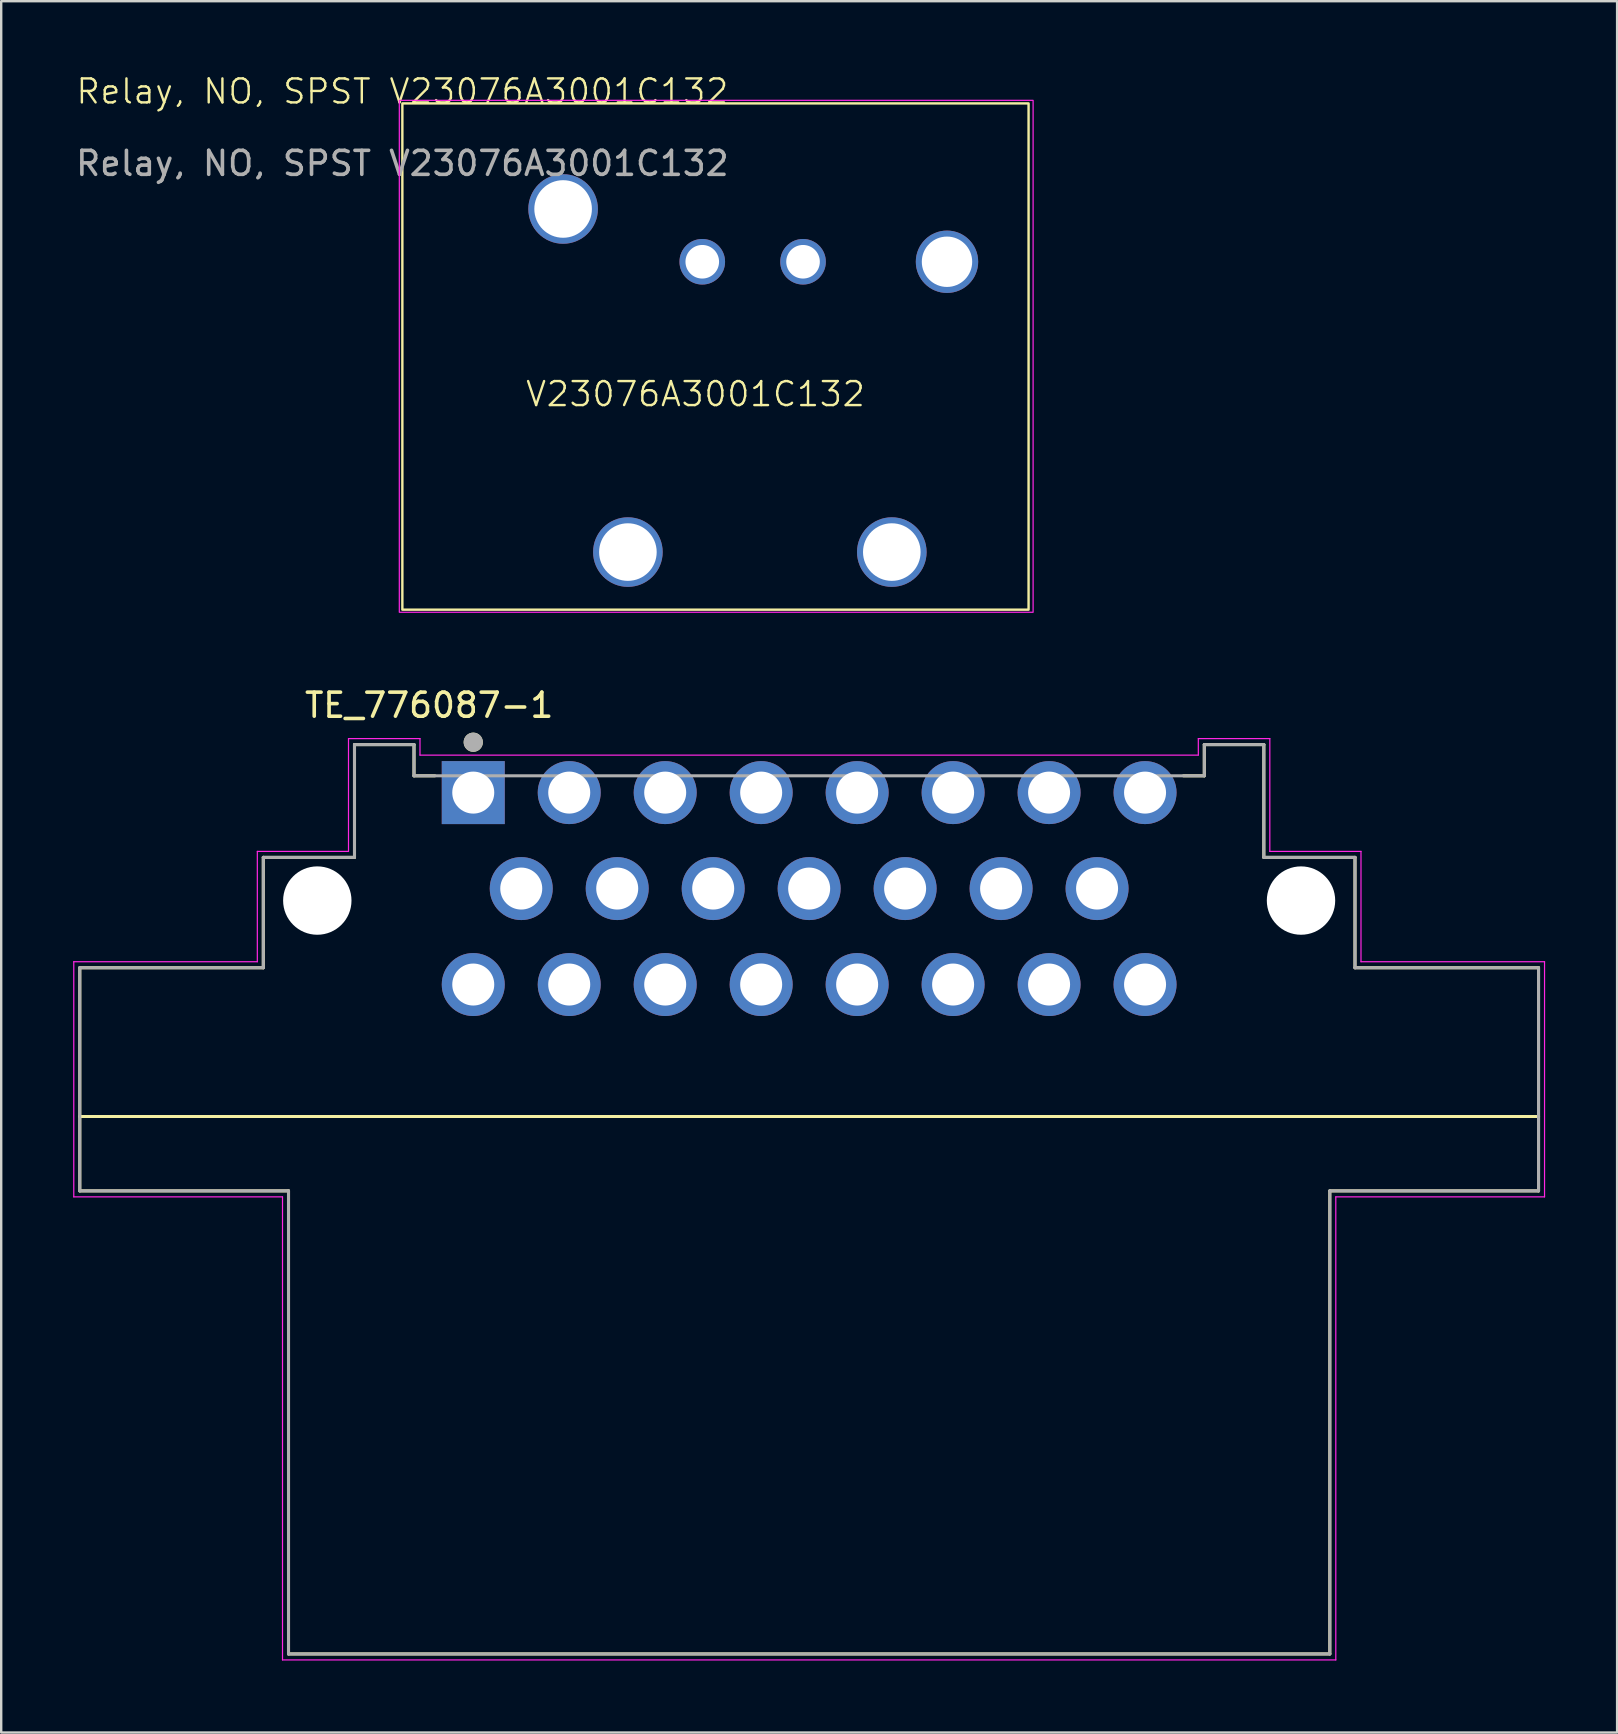
<source format=kicad_pcb>
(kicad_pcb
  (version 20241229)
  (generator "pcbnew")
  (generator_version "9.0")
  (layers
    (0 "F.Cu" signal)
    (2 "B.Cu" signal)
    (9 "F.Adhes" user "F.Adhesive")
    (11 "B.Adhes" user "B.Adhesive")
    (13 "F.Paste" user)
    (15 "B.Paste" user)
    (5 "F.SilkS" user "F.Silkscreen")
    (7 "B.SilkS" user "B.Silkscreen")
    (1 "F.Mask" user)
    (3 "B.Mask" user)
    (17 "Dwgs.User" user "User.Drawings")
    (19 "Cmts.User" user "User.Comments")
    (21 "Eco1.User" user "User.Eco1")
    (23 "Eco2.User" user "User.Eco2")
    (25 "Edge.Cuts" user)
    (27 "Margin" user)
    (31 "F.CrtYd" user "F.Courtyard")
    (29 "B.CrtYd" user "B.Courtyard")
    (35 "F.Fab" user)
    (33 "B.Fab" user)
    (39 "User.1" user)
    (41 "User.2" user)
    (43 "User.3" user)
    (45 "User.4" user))
  (footprint "Relay, NO, SPST V23076A3001C132"
    (layer "F.Cu")
    (at 13.72 1.26)
    (property "Reference" "Relay, NO, SPST V23076A3001C132" (at 0 -0.5 0) (unlocked yes) (layer "F.SilkS") (effects (font (size 1 1) (thickness 0.1))))
    (attr through_hole)
    (fp_rect (start 0 0) (end 26.1 21.1) (stroke (width 0.1) (type default)) (fill no) (layer "F.SilkS"))
    (fp_rect (start -0.127 -0.127) (end 26.289 21.209) (stroke (width 0.05) (type default)) (fill no) (layer "F.CrtYd"))
    (fp_text user "V23076A3001C132" (at 5.08 12.7 0) (unlocked yes) (layer "F.SilkS") (effects (font (size 1 1) (thickness 0.1)) (justify left bottom)))
    (fp_text user "${REFERENCE}" (at 0 2.5 0) (unlocked yes) (layer "F.Fab") (effects (font (size 1 1) (thickness 0.15))))
    (pad "1" thru_hole circle (at 16.7 6.6) (size 1.9 1.9) (drill 1.4) (layers "*.Cu" "*.Mask"))
    (pad "2" thru_hole circle (at 12.5 6.6) (size 1.9 1.9) (drill 1.4) (layers "*.Cu" "*.Mask"))
    (pad "3" thru_hole circle (at 22.7 6.6) (size 2.6 2.6) (drill 2.1) (layers "*.Cu" "*.Mask"))
    (pad "4" thru_hole circle (at 6.7 4.4) (size 2.9 2.9) (drill 2.4) (layers "*.Cu" "*.Mask"))
    (pad "4" thru_hole circle (at 9.4 18.7) (size 2.9 2.9) (drill 2.4) (layers "*.Cu" "*.Mask"))
    (pad "4" thru_hole circle (at 20.4 18.7) (size 2.9 2.9) (drill 2.4) (layers "*.Cu" "*.Mask")))
  (footprint "TE_776087-1"
    (layer "F.Cu")
    (at 30.675 33.985)
    (property "Reference" "TE_776087-1" (at -15.838 -7.641 0) (layer "F.SilkS") (effects (font (size 1.001 1.001) (thickness 0.15))))
    (attr through_hole)
    (fp_line (start -30.4 3.3) (end -30.4 9.5) (stroke (width 0.127) (type solid)) (layer "F.SilkS"))
    (fp_line (start -30.4 9.5) (end -30.4 12.6) (stroke (width 0.127) (type solid)) (layer "F.SilkS"))
    (fp_line (start -30.4 9.5) (end 30.4 9.5) (stroke (width 0.127) (type solid)) (layer "F.SilkS"))
    (fp_line (start -30.4 12.6) (end -21.7 12.6) (stroke (width 0.127) (type solid)) (layer "F.SilkS"))
    (fp_line (start -22.75 -1.3) (end -22.75 3.3) (stroke (width 0.127) (type solid)) (layer "F.SilkS"))
    (fp_line (start -22.75 3.3) (end -30.4 3.3) (stroke (width 0.127) (type solid)) (layer "F.SilkS"))
    (fp_line (start -21.7 12.6) (end -21.7 31.9) (stroke (width 0.127) (type solid)) (layer "F.SilkS"))
    (fp_line (start -21.7 31.9) (end 21.7 31.9) (stroke (width 0.127) (type solid)) (layer "F.SilkS"))
    (fp_line (start -18.95 -6) (end -18.95 -1.3) (stroke (width 0.127) (type solid)) (layer "F.SilkS"))
    (fp_line (start -18.95 -6) (end -16.47 -6) (stroke (width 0.127) (type solid)) (layer "F.SilkS"))
    (fp_line (start -18.95 -1.3) (end -22.75 -1.3) (stroke (width 0.127) (type solid)) (layer "F.SilkS"))
    (fp_line (start -16.47 -6) (end -16.47 -4.7) (stroke (width 0.127) (type solid)) (layer "F.SilkS"))
    (fp_line (start -16.47 -4.7) (end -15.6 -4.7) (stroke (width 0.127) (type solid)) (layer "F.SilkS"))
    (fp_line (start 15.6 -4.7) (end 16.47 -4.7) (stroke (width 0.127) (type solid)) (layer "F.SilkS"))
    (fp_line (start 16.47 -6) (end 18.95 -6) (stroke (width 0.127) (type solid)) (layer "F.SilkS"))
    (fp_line (start 16.47 -4.7) (end 16.47 -6) (stroke (width 0.127) (type solid)) (layer "F.SilkS"))
    (fp_line (start 18.95 -1.3) (end 18.95 -6) (stroke (width 0.127) (type solid)) (layer "F.SilkS"))
    (fp_line (start 21.7 12.6) (end 30.4 12.6) (stroke (width 0.127) (type solid)) (layer "F.SilkS"))
    (fp_line (start 21.7 31.9) (end 21.7 12.6) (stroke (width 0.127) (type solid)) (layer "F.SilkS"))
    (fp_line (start 22.75 -1.3) (end 18.95 -1.3) (stroke (width 0.127) (type solid)) (layer "F.SilkS"))
    (fp_line (start 22.75 3.3) (end 22.75 -1.3) (stroke (width 0.127) (type solid)) (layer "F.SilkS"))
    (fp_line (start 30.4 3.3) (end 22.75 3.3) (stroke (width 0.127) (type solid)) (layer "F.SilkS"))
    (fp_line (start 30.4 9.5) (end 30.4 3.3) (stroke (width 0.127) (type solid)) (layer "F.SilkS"))
    (fp_line (start 30.4 12.6) (end 30.4 9.5) (stroke (width 0.127) (type solid)) (layer "F.SilkS"))
    (fp_circle (center -14 -6.1) (end -13.8 -6.1) (stroke (width 0.4) (type solid)) (fill no) (layer "F.SilkS"))
    (fp_line (start -30.65 3.05) (end -30.65 12.85) (stroke (width 0.05) (type solid)) (layer "F.CrtYd"))
    (fp_line (start -30.65 12.85) (end -21.95 12.85) (stroke (width 0.05) (type solid)) (layer "F.CrtYd"))
    (fp_line (start -23 -1.55) (end -23 3.05) (stroke (width 0.05) (type solid)) (layer "F.CrtYd"))
    (fp_line (start -23 3.05) (end -30.65 3.05) (stroke (width 0.05) (type solid)) (layer "F.CrtYd"))
    (fp_line (start -21.95 12.85) (end -21.95 32.15) (stroke (width 0.05) (type solid)) (layer "F.CrtYd"))
    (fp_line (start -21.95 32.15) (end 21.95 32.15) (stroke (width 0.05) (type solid)) (layer "F.CrtYd"))
    (fp_line (start -19.2 -6.25) (end -19.2 -1.55) (stroke (width 0.05) (type solid)) (layer "F.CrtYd"))
    (fp_line (start -19.2 -6.25) (end -16.22 -6.25) (stroke (width 0.05) (type solid)) (layer "F.CrtYd"))
    (fp_line (start -19.2 -1.55) (end -23 -1.55) (stroke (width 0.05) (type solid)) (layer "F.CrtYd"))
    (fp_line (start -16.22 -6.25) (end -16.22 -5.563) (stroke (width 0.05) (type solid)) (layer "F.CrtYd"))
    (fp_line (start -16.22 -5.563) (end 16.22 -5.563) (stroke (width 0.05) (type solid)) (layer "F.CrtYd"))
    (fp_line (start 16.22 -6.25) (end 19.2 -6.25) (stroke (width 0.05) (type solid)) (layer "F.CrtYd"))
    (fp_line (start 16.22 -5.563) (end 16.22 -6.25) (stroke (width 0.05) (type solid)) (layer "F.CrtYd"))
    (fp_line (start 19.2 -1.55) (end 19.2 -6.25) (stroke (width 0.05) (type solid)) (layer "F.CrtYd"))
    (fp_line (start 21.95 12.85) (end 30.65 12.85) (stroke (width 0.05) (type solid)) (layer "F.CrtYd"))
    (fp_line (start 21.95 32.15) (end 21.95 12.85) (stroke (width 0.05) (type solid)) (layer "F.CrtYd"))
    (fp_line (start 23 -1.55) (end 19.2 -1.55) (stroke (width 0.05) (type solid)) (layer "F.CrtYd"))
    (fp_line (start 23 3.05) (end 23 -1.55) (stroke (width 0.05) (type solid)) (layer "F.CrtYd"))
    (fp_line (start 30.65 3.05) (end 23 3.05) (stroke (width 0.05) (type solid)) (layer "F.CrtYd"))
    (fp_line (start 30.65 12.85) (end 30.65 3.05) (stroke (width 0.05) (type solid)) (layer "F.CrtYd"))
    (fp_line (start -30.4 3.3) (end -30.4 12.6) (stroke (width 0.127) (type solid)) (layer "F.Fab"))
    (fp_line (start -30.4 12.6) (end -21.7 12.6) (stroke (width 0.127) (type solid)) (layer "F.Fab"))
    (fp_line (start -22.75 -1.3) (end -22.75 3.3) (stroke (width 0.127) (type solid)) (layer "F.Fab"))
    (fp_line (start -22.75 3.3) (end -30.4 3.3) (stroke (width 0.127) (type solid)) (layer "F.Fab"))
    (fp_line (start -21.7 12.6) (end -21.7 31.9) (stroke (width 0.127) (type solid)) (layer "F.Fab"))
    (fp_line (start -21.7 31.9) (end 21.7 31.9) (stroke (width 0.127) (type solid)) (layer "F.Fab"))
    (fp_line (start -18.95 -6) (end -18.95 -1.3) (stroke (width 0.127) (type solid)) (layer "F.Fab"))
    (fp_line (start -18.95 -6) (end -16.47 -6) (stroke (width 0.127) (type solid)) (layer "F.Fab"))
    (fp_line (start -18.95 -1.3) (end -22.75 -1.3) (stroke (width 0.127) (type solid)) (layer "F.Fab"))
    (fp_line (start -16.47 -6) (end -16.47 -4.7) (stroke (width 0.127) (type solid)) (layer "F.Fab"))
    (fp_line (start -16.47 -4.7) (end 16.47 -4.7) (stroke (width 0.127) (type solid)) (layer "F.Fab"))
    (fp_line (start 16.47 -6) (end 18.95 -6) (stroke (width 0.127) (type solid)) (layer "F.Fab"))
    (fp_line (start 16.47 -4.7) (end 16.47 -6) (stroke (width 0.127) (type solid)) (layer "F.Fab"))
    (fp_line (start 18.95 -1.3) (end 18.95 -6) (stroke (width 0.127) (type solid)) (layer "F.Fab"))
    (fp_line (start 21.7 12.6) (end 30.4 12.6) (stroke (width 0.127) (type solid)) (layer "F.Fab"))
    (fp_line (start 21.7 31.9) (end 21.7 12.6) (stroke (width 0.127) (type solid)) (layer "F.Fab"))
    (fp_line (start 22.75 -1.3) (end 18.95 -1.3) (stroke (width 0.127) (type solid)) (layer "F.Fab"))
    (fp_line (start 22.75 3.3) (end 22.75 -1.3) (stroke (width 0.127) (type solid)) (layer "F.Fab"))
    (fp_line (start 30.4 3.3) (end 22.75 3.3) (stroke (width 0.127) (type solid)) (layer "F.Fab"))
    (fp_line (start 30.4 12.6) (end 30.4 3.3) (stroke (width 0.127) (type solid)) (layer "F.Fab"))
    (fp_circle (center -14 -6.1) (end -13.8 -6.1) (stroke (width 0.4) (type solid)) (fill no) (layer "F.Fab"))
    (pad "" np_thru_hole circle (at -20.5 0.5) (size 2.85 2.85) (drill 2.85) (layers "*.Cu" "*.Mask"))
    (pad "" np_thru_hole circle (at 20.5 0.5) (size 2.85 2.85) (drill 2.85) (layers "*.Cu" "*.Mask"))
    (pad "1" thru_hole rect (at -14 -4) (size 2.625 2.625) (drill 1.75) (layers "*.Cu" "*.Mask"))
    (pad "2" thru_hole circle (at -10 -4) (size 2.625 2.625) (drill 1.75) (layers "*.Cu" "*.Mask"))
    (pad "3" thru_hole circle (at -6 -4) (size 2.625 2.625) (drill 1.75) (layers "*.Cu" "*.Mask"))
    (pad "4" thru_hole circle (at -2 -4) (size 2.625 2.625) (drill 1.75) (layers "*.Cu" "*.Mask"))
    (pad "5" thru_hole circle (at 2 -4) (size 2.625 2.625) (drill 1.75) (layers "*.Cu" "*.Mask"))
    (pad "6" thru_hole circle (at 6 -4) (size 2.625 2.625) (drill 1.75) (layers "*.Cu" "*.Mask"))
    (pad "7" thru_hole circle (at 10 -4) (size 2.625 2.625) (drill 1.75) (layers "*.Cu" "*.Mask"))
    (pad "8" thru_hole circle (at 14 -4) (size 2.625 2.625) (drill 1.75) (layers "*.Cu" "*.Mask"))
    (pad "9" thru_hole circle (at -12 0) (size 2.625 2.625) (drill 1.75) (layers "*.Cu" "*.Mask"))
    (pad "10" thru_hole circle (at -8 0) (size 2.625 2.625) (drill 1.75) (layers "*.Cu" "*.Mask"))
    (pad "11" thru_hole circle (at -4 0) (size 2.625 2.625) (drill 1.75) (layers "*.Cu" "*.Mask"))
    (pad "12" thru_hole circle (at 0 0) (size 2.625 2.625) (drill 1.75) (layers "*.Cu" "*.Mask"))
    (pad "13" thru_hole circle (at 4 0) (size 2.625 2.625) (drill 1.75) (layers "*.Cu" "*.Mask"))
    (pad "14" thru_hole circle (at 8 0) (size 2.625 2.625) (drill 1.75) (layers "*.Cu" "*.Mask"))
    (pad "15" thru_hole circle (at 12 0) (size 2.625 2.625) (drill 1.75) (layers "*.Cu" "*.Mask"))
    (pad "16" thru_hole circle (at -14 4) (size 2.625 2.625) (drill 1.75) (layers "*.Cu" "*.Mask"))
    (pad "17" thru_hole circle (at -10 4) (size 2.625 2.625) (drill 1.75) (layers "*.Cu" "*.Mask"))
    (pad "18" thru_hole circle (at -6 4) (size 2.625 2.625) (drill 1.75) (layers "*.Cu" "*.Mask"))
    (pad "19" thru_hole circle (at -2 4) (size 2.625 2.625) (drill 1.75) (layers "*.Cu" "*.Mask"))
    (pad "20" thru_hole circle (at 2 4) (size 2.625 2.625) (drill 1.75) (layers "*.Cu" "*.Mask"))
    (pad "21" thru_hole circle (at 6 4) (size 2.625 2.625) (drill 1.75) (layers "*.Cu" "*.Mask"))
    (pad "22" thru_hole circle (at 10 4) (size 2.625 2.625) (drill 1.75) (layers "*.Cu" "*.Mask"))
    (pad "23" thru_hole circle (at 14 4) (size 2.625 2.625) (drill 1.75) (layers "*.Cu" "*.Mask")))
  (gr_rect
    (start -3 -3)
    (end 64.35 69.16)
    (stroke (width 0.1) (type default))
    (fill no)
    (layer "Edge.Cuts")))
</source>
